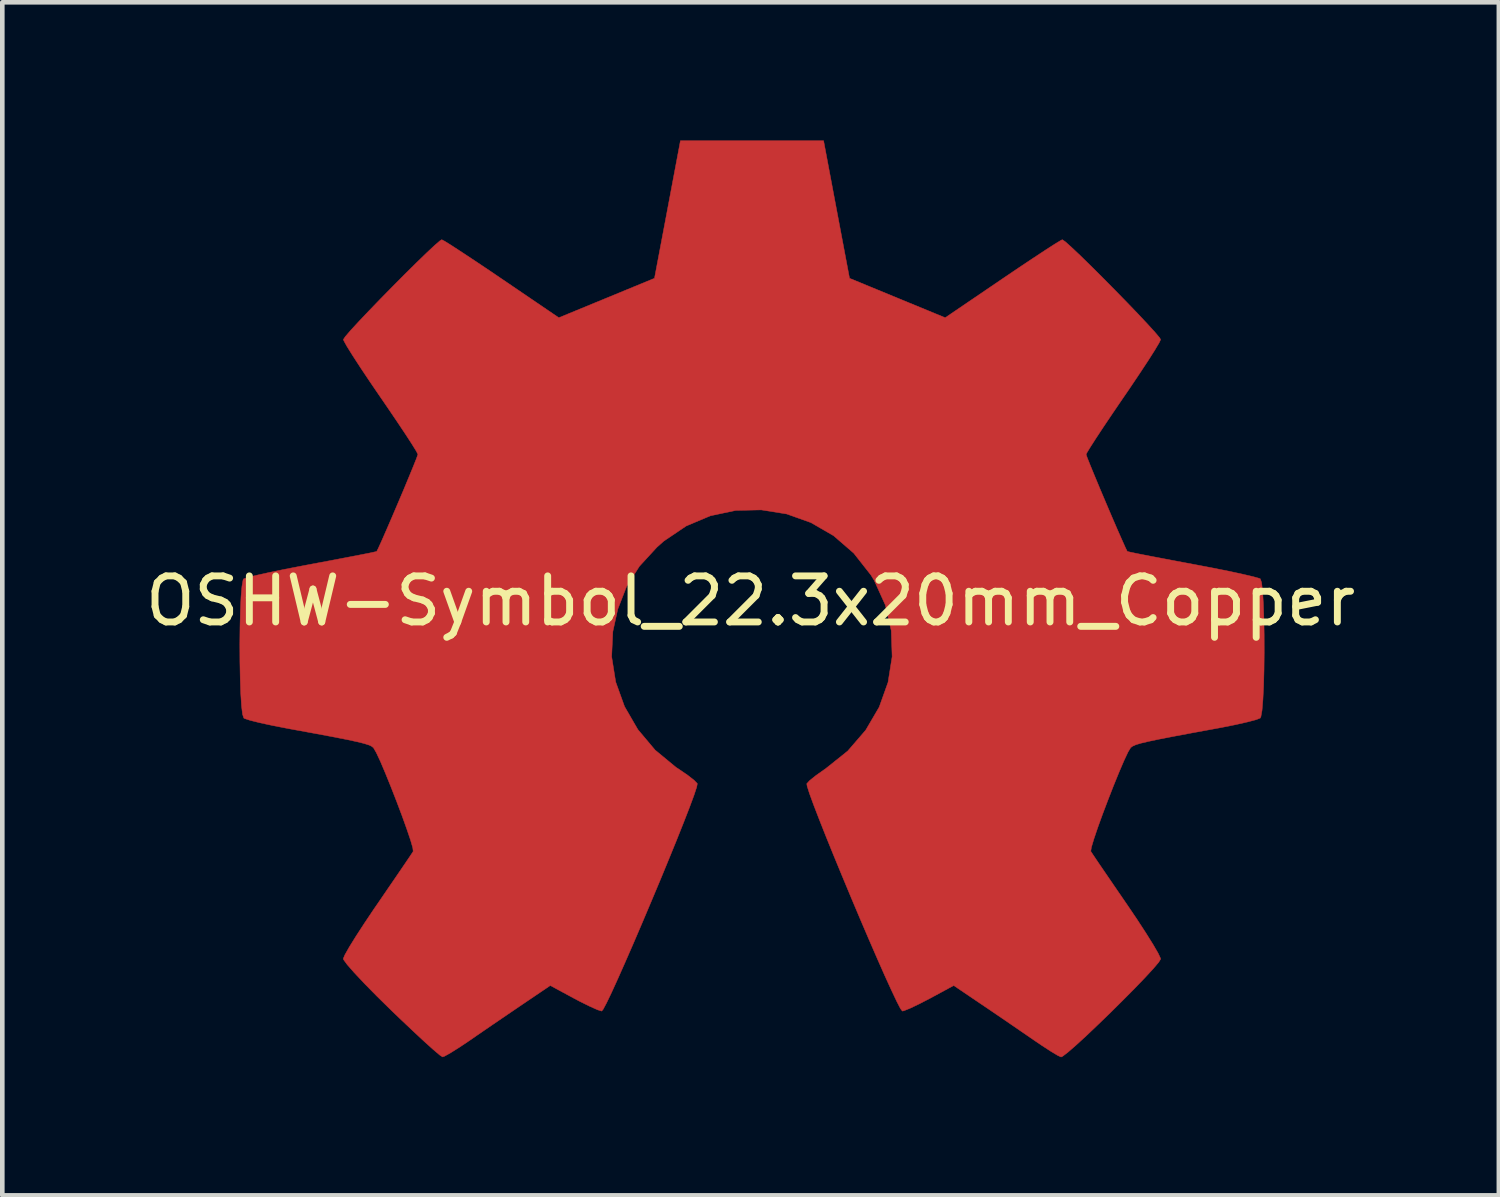
<source format=kicad_pcb>
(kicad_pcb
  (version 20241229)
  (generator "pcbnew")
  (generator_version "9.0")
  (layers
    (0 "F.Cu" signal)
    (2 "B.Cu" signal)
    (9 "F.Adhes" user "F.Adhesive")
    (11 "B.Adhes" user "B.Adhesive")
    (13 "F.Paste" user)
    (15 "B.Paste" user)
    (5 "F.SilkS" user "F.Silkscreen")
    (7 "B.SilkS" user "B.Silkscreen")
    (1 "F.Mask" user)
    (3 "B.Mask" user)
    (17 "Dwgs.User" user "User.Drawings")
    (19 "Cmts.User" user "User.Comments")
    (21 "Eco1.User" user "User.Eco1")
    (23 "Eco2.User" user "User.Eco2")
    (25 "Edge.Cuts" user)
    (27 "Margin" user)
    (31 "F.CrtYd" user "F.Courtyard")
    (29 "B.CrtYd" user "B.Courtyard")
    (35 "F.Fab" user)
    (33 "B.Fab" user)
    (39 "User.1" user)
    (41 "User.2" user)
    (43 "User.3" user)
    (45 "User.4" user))
  (footprint "OSHW-Symbol_22.3x20mm_Copper"
    (layer "F.Cu")
    (at 13.244 9.997)
    (property "Reference" "OSHW-Symbol_22.3x20mm_Copper" (at 0 0 0) (layer "F.SilkS") (effects (font (size 1 1) (thickness 0.15))))
    (attr exclude_from_pos_files exclude_from_bom allow_missing_courtyard)
    (fp_poly (pts (xy 1.866 -8.499) (xy 2.148 -7.006) (xy 3.186 -6.578) (xy 4.225 -6.15) (xy 5.471 -6.997) (xy 5.82 -7.233) (xy 6.135 -7.443) (xy 6.402 -7.619) (xy 6.606 -7.75) (xy 6.733 -7.827) (xy 6.767 -7.844) (xy 6.83 -7.801) (xy 6.962 -7.683) (xy 7.151 -7.505) (xy 7.38 -7.281) (xy 7.635 -7.027) (xy 7.901 -6.758) (xy 8.164 -6.489) (xy 8.408 -6.235) (xy 8.618 -6.011) (xy 8.78 -5.833) (xy 8.879 -5.715) (xy 8.902 -5.676) (xy 8.868 -5.603) (xy 8.773 -5.444) (xy 8.627 -5.214) (xy 8.439 -4.929) (xy 8.22 -4.603) (xy 8.093 -4.418) (xy 7.862 -4.079) (xy 7.656 -3.773) (xy 7.487 -3.516) (xy 7.363 -3.322) (xy 7.294 -3.207) (xy 7.284 -3.182) (xy 7.307 -3.114) (xy 7.371 -2.953) (xy 7.465 -2.724) (xy 7.58 -2.448) (xy 7.707 -2.148) (xy 7.835 -1.847) (xy 7.956 -1.567) (xy 8.06 -1.331) (xy 8.136 -1.161) (xy 8.176 -1.08) (xy 8.179 -1.076) (xy 8.242 -1.061) (xy 8.41 -1.026) (xy 8.666 -0.976) (xy 8.992 -0.914) (xy 9.371 -0.842) (xy 9.591 -0.801) (xy 9.996 -0.724) (xy 10.362 -0.651) (xy 10.669 -0.585) (xy 10.901 -0.531) (xy 11.038 -0.493) (xy 11.066 -0.481) (xy 11.093 -0.4) (xy 11.115 -0.215) (xy 11.131 0.051) (xy 11.143 0.376) (xy 11.149 0.74) (xy 11.15 1.12) (xy 11.146 1.495) (xy 11.137 1.843) (xy 11.122 2.143) (xy 11.103 2.373) (xy 11.078 2.512) (xy 11.064 2.541) (xy 10.976 2.576) (xy 10.79 2.625) (xy 10.531 2.684) (xy 10.222 2.746) (xy 10.114 2.766) (xy 9.595 2.861) (xy 9.185 2.938) (xy 8.87 2.999) (xy 8.638 3.048) (xy 8.473 3.087) (xy 8.364 3.12) (xy 8.296 3.15) (xy 8.256 3.179) (xy 8.25 3.185) (xy 8.194 3.278) (xy 8.108 3.461) (xy 8.001 3.71) (xy 7.882 4.002) (xy 7.759 4.317) (xy 7.64 4.631) (xy 7.535 4.921) (xy 7.452 5.167) (xy 7.399 5.345) (xy 7.385 5.432) (xy 7.386 5.435) (xy 7.433 5.507) (xy 7.539 5.665) (xy 7.694 5.892) (xy 7.886 6.173) (xy 8.104 6.491) (xy 8.166 6.581) (xy 8.387 6.908) (xy 8.581 7.206) (xy 8.739 7.459) (xy 8.849 7.649) (xy 8.9 7.759) (xy 8.902 7.772) (xy 8.859 7.843) (xy 8.74 7.983) (xy 8.56 8.178) (xy 8.335 8.412) (xy 8.079 8.67) (xy 7.809 8.938) (xy 7.539 9.199) (xy 7.286 9.44) (xy 7.063 9.644) (xy 6.887 9.797) (xy 6.773 9.884) (xy 6.741 9.899) (xy 6.667 9.865) (xy 6.517 9.775) (xy 6.314 9.643) (xy 6.158 9.537) (xy 5.874 9.342) (xy 5.539 9.112) (xy 5.203 8.883) (xy 5.022 8.761) (xy 4.41 8.347) (xy 3.896 8.625) (xy 3.662 8.746) (xy 3.463 8.841) (xy 3.329 8.895) (xy 3.294 8.902) (xy 3.253 8.847) (xy 3.172 8.69) (xy 3.057 8.447) (xy 2.913 8.131) (xy 2.748 7.758) (xy 2.567 7.341) (xy 2.376 6.895) (xy 2.182 6.435) (xy 1.99 5.974) (xy 1.806 5.528) (xy 1.637 5.111) (xy 1.489 4.737) (xy 1.367 4.421) (xy 1.278 4.177) (xy 1.228 4.019) (xy 1.22 3.965) (xy 1.284 3.896) (xy 1.424 3.784) (xy 1.611 3.652) (xy 1.626 3.642) (xy 2.11 3.255) (xy 2.499 2.804) (xy 2.792 2.303) (xy 2.984 1.766) (xy 3.073 1.208) (xy 3.054 0.643) (xy 2.925 0.086) (xy 2.683 -0.449) (xy 2.611 -0.566) (xy 2.24 -1.038) (xy 1.801 -1.418) (xy 1.31 -1.702) (xy 0.782 -1.89) (xy 0.232 -1.978) (xy -0.325 -1.966) (xy -0.872 -1.85) (xy -1.397 -1.629) (xy -1.882 -1.302) (xy -2.032 -1.169) (xy -2.414 -0.753) (xy -2.692 -0.315) (xy -2.883 0.176) (xy -2.99 0.662) (xy -3.016 1.208) (xy -2.928 1.758) (xy -2.736 2.291) (xy -2.447 2.79) (xy -2.072 3.236) (xy -1.618 3.611) (xy -1.558 3.65) (xy -1.369 3.779) (xy -1.226 3.891) (xy -1.157 3.963) (xy -1.156 3.965) (xy -1.171 4.042) (xy -1.229 4.218) (xy -1.325 4.477) (xy -1.453 4.806) (xy -1.606 5.19) (xy -1.779 5.614) (xy -1.964 6.063) (xy -2.158 6.525) (xy -2.352 6.984) (xy -2.541 7.425) (xy -2.72 7.835) (xy -2.881 8.198) (xy -3.019 8.501) (xy -3.128 8.728) (xy -3.202 8.866) (xy -3.232 8.902) (xy -3.323 8.874) (xy -3.493 8.798) (xy -3.713 8.689) (xy -3.834 8.625) (xy -4.348 8.347) (xy -4.96 8.761) (xy -5.272 8.973) (xy -5.614 9.206) (xy -5.935 9.426) (xy -6.095 9.537) (xy -6.321 9.688) (xy -6.512 9.808) (xy -6.644 9.882) (xy -6.687 9.897) (xy -6.749 9.856) (xy -6.887 9.739) (xy -7.087 9.559) (xy -7.335 9.328) (xy -7.619 9.059) (xy -7.799 8.886) (xy -8.114 8.577) (xy -8.385 8.301) (xy -8.603 8.069) (xy -8.757 7.893) (xy -8.835 7.786) (xy -8.842 7.764) (xy -8.807 7.681) (xy -8.712 7.513) (xy -8.566 7.277) (xy -8.38 6.991) (xy -8.165 6.67) (xy -8.103 6.581) (xy -7.881 6.256) (xy -7.681 5.964) (xy -7.515 5.72) (xy -7.394 5.542) (xy -7.33 5.445) (xy -7.324 5.435) (xy -7.333 5.358) (xy -7.382 5.189) (xy -7.463 4.95) (xy -7.566 4.663) (xy -7.684 4.35) (xy -7.807 4.035) (xy -7.927 3.739) (xy -8.035 3.484) (xy -8.124 3.294) (xy -8.184 3.19) (xy -8.188 3.185) (xy -8.224 3.155) (xy -8.286 3.126) (xy -8.387 3.094) (xy -8.539 3.056) (xy -8.758 3.009) (xy -9.056 2.95) (xy -9.447 2.877) (xy -9.944 2.786) (xy -10.052 2.766) (xy -10.371 2.704) (xy -10.65 2.644) (xy -10.862 2.591) (xy -10.985 2.551) (xy -11.001 2.541) (xy -11.029 2.458) (xy -11.051 2.273) (xy -11.068 2.006) (xy -11.079 1.68) (xy -11.086 1.316) (xy -11.088 0.936) (xy -11.084 0.561) (xy -11.075 0.213) (xy -11.062 -0.086) (xy -11.042 -0.315) (xy -11.018 -0.453) (xy -11.004 -0.481) (xy -10.922 -0.51) (xy -10.736 -0.556) (xy -10.465 -0.616) (xy -10.127 -0.686) (xy -9.74 -0.761) (xy -9.529 -0.801) (xy -9.129 -0.876) (xy -8.773 -0.944) (xy -8.477 -1.001) (xy -8.259 -1.044) (xy -8.137 -1.071) (xy -8.117 -1.076) (xy -8.083 -1.142) (xy -8.011 -1.3) (xy -7.911 -1.528) (xy -7.792 -1.803) (xy -7.664 -2.103) (xy -7.536 -2.404) (xy -7.419 -2.686) (xy -7.321 -2.924) (xy -7.252 -3.097) (xy -7.222 -3.182) (xy -7.222 -3.185) (xy -7.256 -3.252) (xy -7.351 -3.406) (xy -7.497 -3.631) (xy -7.685 -3.912) (xy -7.904 -4.235) (xy -8.031 -4.42) (xy -8.263 -4.76) (xy -8.469 -5.068) (xy -8.639 -5.33) (xy -8.763 -5.529) (xy -8.83 -5.65) (xy -8.84 -5.677) (xy -8.798 -5.74) (xy -8.682 -5.875) (xy -8.506 -6.066) (xy -8.285 -6.299) (xy -8.035 -6.558) (xy -7.77 -6.828) (xy -7.505 -7.095) (xy -7.255 -7.342) (xy -7.034 -7.556) (xy -6.859 -7.72) (xy -6.743 -7.82) (xy -6.704 -7.844) (xy -6.641 -7.811) (xy -6.489 -7.716) (xy -6.265 -7.57) (xy -5.982 -7.383) (xy -5.655 -7.164) (xy -5.409 -6.997) (xy -4.163 -6.15) (xy -3.124 -6.578) (xy -2.086 -7.006) (xy -1.804 -8.499) (xy -1.523 -9.992) (xy 1.585 -9.992) (xy 1.866 -8.499)) (stroke (width 0.01) (type solid)) (fill yes) (layer "F.Cu")))
  (gr_rect
    (start -3 -3)
    (end 29.488 22.9)
    (stroke (width 0.1) (type default))
    (fill no)
    (layer "Edge.Cuts")))
</source>
